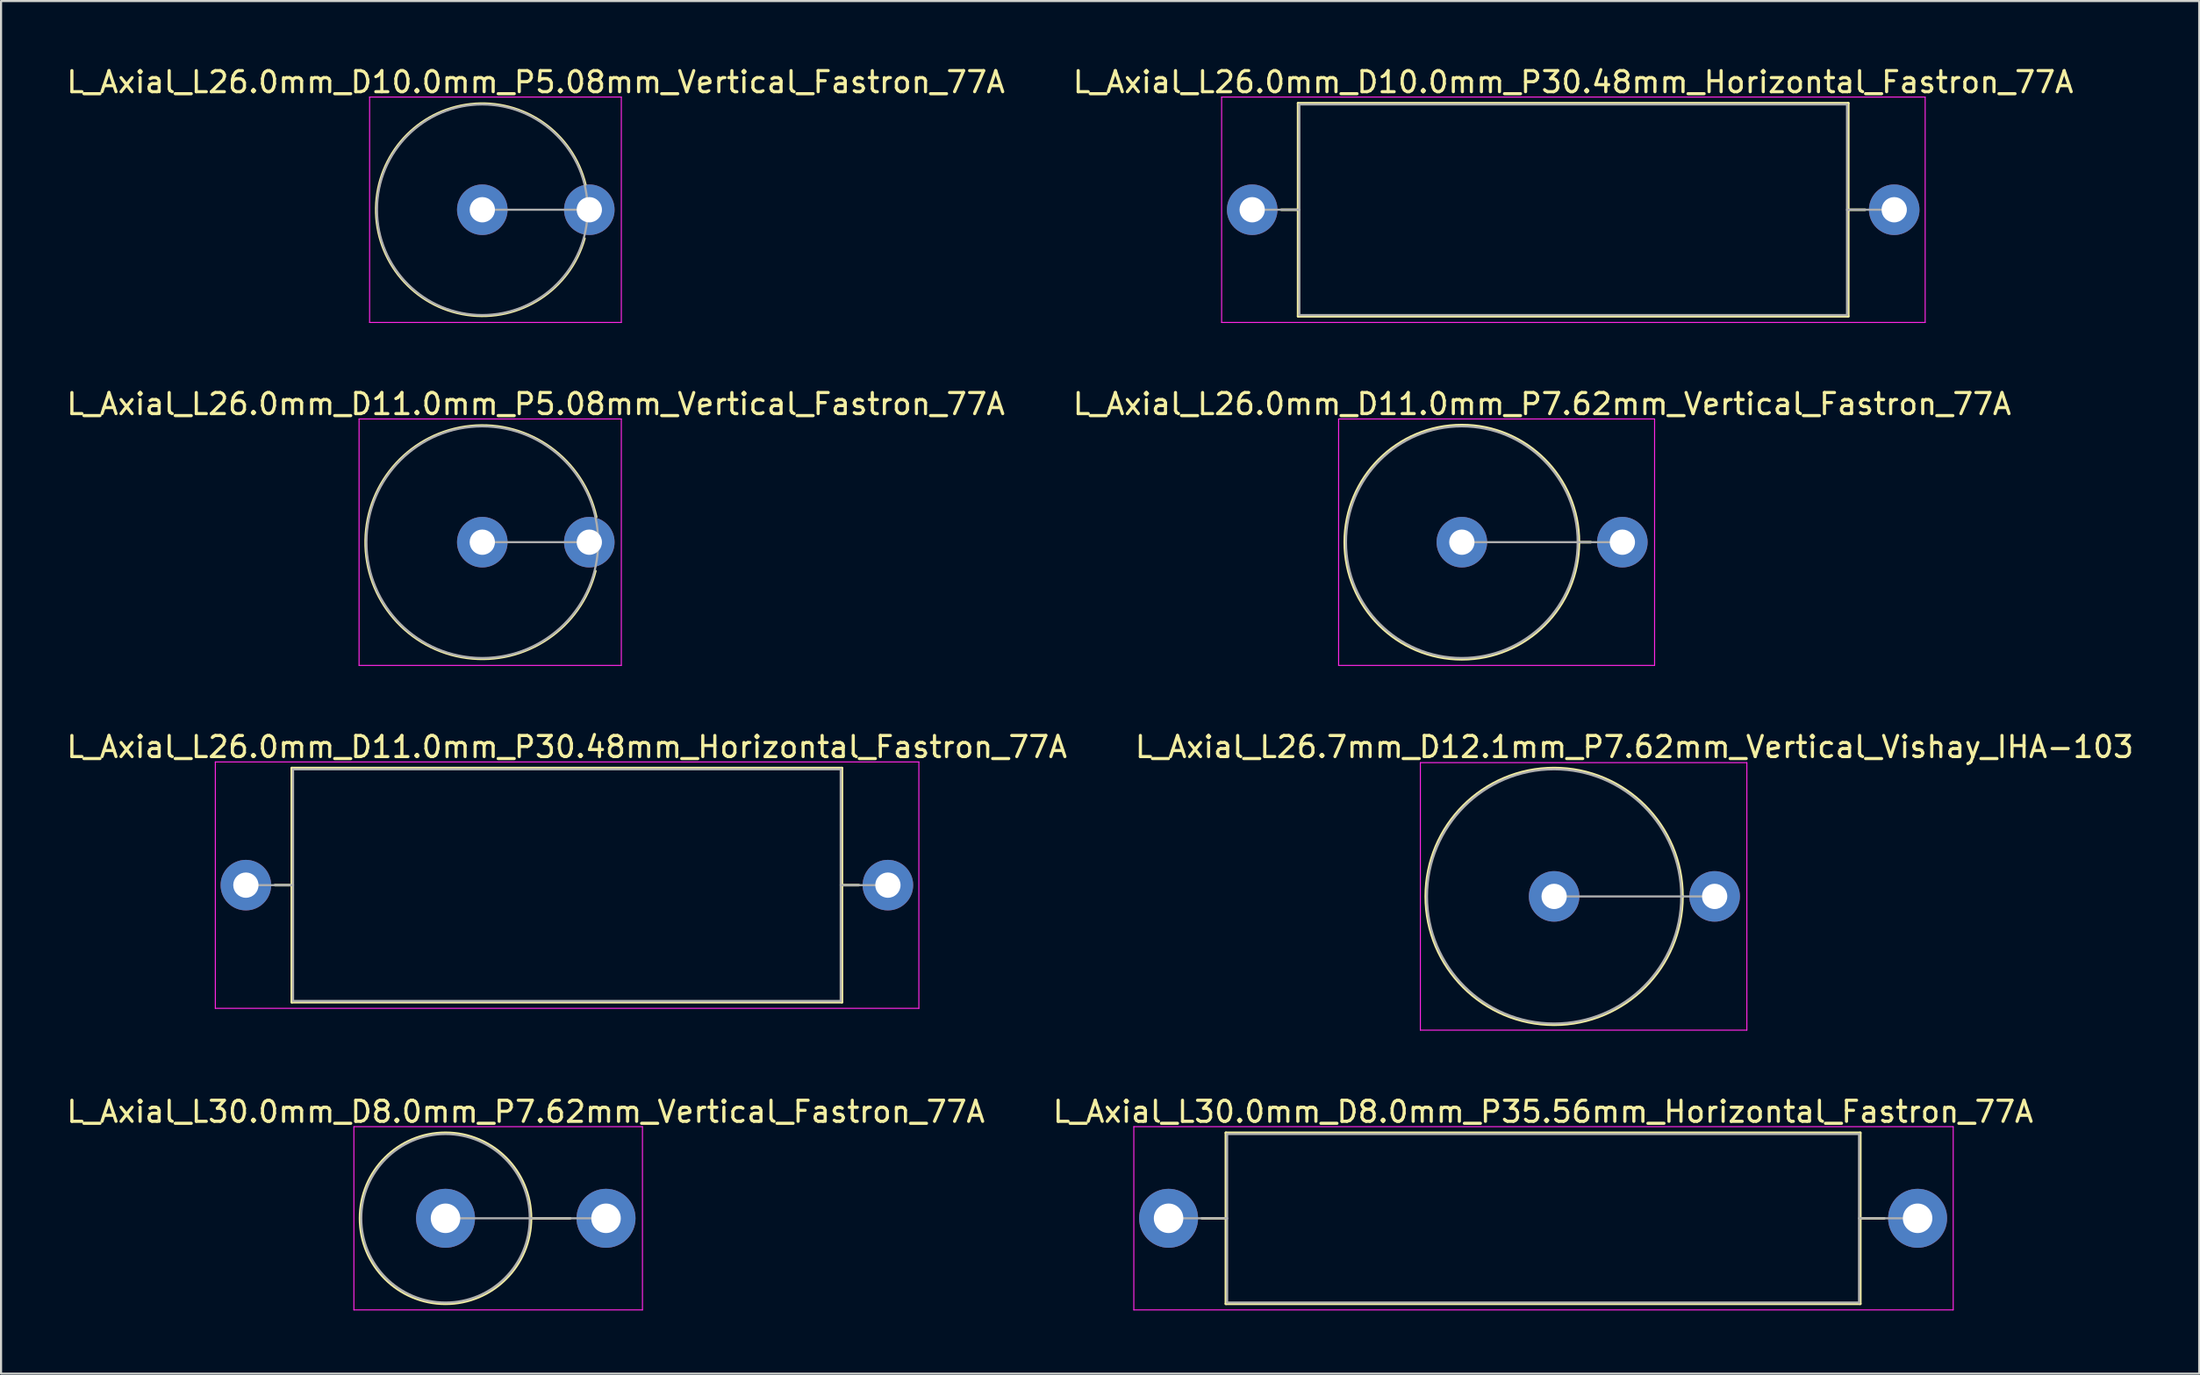
<source format=kicad_pcb>
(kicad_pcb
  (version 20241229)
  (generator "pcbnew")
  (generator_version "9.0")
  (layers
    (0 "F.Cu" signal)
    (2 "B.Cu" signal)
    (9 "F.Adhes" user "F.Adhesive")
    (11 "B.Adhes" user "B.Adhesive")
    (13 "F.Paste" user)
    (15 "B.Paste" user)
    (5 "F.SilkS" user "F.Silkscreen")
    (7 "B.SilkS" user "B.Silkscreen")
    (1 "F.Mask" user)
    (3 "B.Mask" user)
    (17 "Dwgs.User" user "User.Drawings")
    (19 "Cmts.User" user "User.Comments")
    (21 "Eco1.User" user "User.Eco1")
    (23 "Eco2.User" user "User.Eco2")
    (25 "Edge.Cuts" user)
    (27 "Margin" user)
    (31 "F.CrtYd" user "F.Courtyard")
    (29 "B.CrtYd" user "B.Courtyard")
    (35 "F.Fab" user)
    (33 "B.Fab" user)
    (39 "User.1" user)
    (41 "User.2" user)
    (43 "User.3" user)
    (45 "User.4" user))
  (footprint "L_Axial_L26.0mm_D11.0mm_P7.62mm_Vertical_Fastron_77A"
    (layer "F.Cu")
    (at 66.351 22.692)
    (property "Reference" "L_Axial_L26.0mm_D11.0mm_P7.62mm_Vertical_Fastron_77A" (at 3.81 -6.56 0) (layer "F.SilkS") (effects (font (size 1 1) (thickness 0.15))))
    (attr through_hole)
    (fp_line (start 5.56 0) (end 6.12 0) (stroke (width 0.12) (type solid)) (layer "F.SilkS"))
    (fp_circle (center 0 0) (end 5.56 0) (stroke (width 0.12) (type solid)) (fill no) (layer "F.SilkS"))
    (fp_line (start -5.85 -5.85) (end -5.85 5.85) (stroke (width 0.05) (type solid)) (layer "F.CrtYd"))
    (fp_line (start -5.85 5.85) (end 9.15 5.85) (stroke (width 0.05) (type solid)) (layer "F.CrtYd"))
    (fp_line (start 9.15 -5.85) (end -5.85 -5.85) (stroke (width 0.05) (type solid)) (layer "F.CrtYd"))
    (fp_line (start 9.15 5.85) (end 9.15 -5.85) (stroke (width 0.05) (type solid)) (layer "F.CrtYd"))
    (fp_line (start 0 0) (end 7.62 0) (stroke (width 0.1) (type solid)) (layer "F.Fab"))
    (fp_circle (center 0 0) (end 5.5 0) (stroke (width 0.1) (type solid)) (fill no) (layer "F.Fab"))
    (pad "1" thru_hole circle (at 0 0) (size 2.4 2.4) (drill 1.2) (layers "*.Cu" "*.Mask"))
    (pad "2" thru_hole oval (at 7.62 0) (size 2.4 2.4) (drill 1.2) (layers "*.Cu" "*.Mask")))
  (footprint "L_Axial_L26.0mm_D11.0mm_P5.08mm_Vertical_Fastron_77A"
    (layer "F.Cu")
    (at 19.847 22.692)
    (property "Reference" "L_Axial_L26.0mm_D11.0mm_P5.08mm_Vertical_Fastron_77A" (at 2.54 -6.56 0) (layer "F.SilkS") (effects (font (size 1 1) (thickness 0.15))))
    (attr through_hole)
    (fp_arc (start 5.368408 1.367369) (mid -5.539143 -0.086027) (end 5.408281 -1.2) (stroke (width 0.12) (type solid)) (layer "F.SilkS"))
    (fp_line (start -5.85 -5.85) (end -5.85 5.85) (stroke (width 0.05) (type solid)) (layer "F.CrtYd"))
    (fp_line (start -5.85 5.85) (end 6.6 5.85) (stroke (width 0.05) (type solid)) (layer "F.CrtYd"))
    (fp_line (start 6.6 -5.85) (end -5.85 -5.85) (stroke (width 0.05) (type solid)) (layer "F.CrtYd"))
    (fp_line (start 6.6 5.85) (end 6.6 -5.85) (stroke (width 0.05) (type solid)) (layer "F.CrtYd"))
    (fp_line (start 0 0) (end 5.08 0) (stroke (width 0.1) (type solid)) (layer "F.Fab"))
    (fp_circle (center 0 0) (end 5.5 0) (stroke (width 0.1) (type solid)) (fill no) (layer "F.Fab"))
    (pad "1" thru_hole circle (at 0 0) (size 2.4 2.4) (drill 1.2) (layers "*.Cu" "*.Mask"))
    (pad "2" thru_hole oval (at 5.08 0) (size 2.4 2.4) (drill 1.2) (layers "*.Cu" "*.Mask")))
  (footprint "L_Axial_L30.0mm_D8.0mm_P35.56mm_Horizontal_Fastron_77A"
    (layer "F.Cu")
    (at 52.428 54.793)
    (property "Reference" "L_Axial_L30.0mm_D8.0mm_P35.56mm_Horizontal_Fastron_77A" (at 17.78 -5.06 0) (layer "F.SilkS") (effects (font (size 1 1) (thickness 0.15))))
    (attr through_hole)
    (fp_line (start 1.58 0) (end 2.72 0) (stroke (width 0.12) (type solid)) (layer "F.SilkS"))
    (fp_line (start 2.72 -4.06) (end 2.72 4.06) (stroke (width 0.12) (type solid)) (layer "F.SilkS"))
    (fp_line (start 2.72 4.06) (end 32.84 4.06) (stroke (width 0.12) (type solid)) (layer "F.SilkS"))
    (fp_line (start 32.84 -4.06) (end 2.72 -4.06) (stroke (width 0.12) (type solid)) (layer "F.SilkS"))
    (fp_line (start 32.84 4.06) (end 32.84 -4.06) (stroke (width 0.12) (type solid)) (layer "F.SilkS"))
    (fp_line (start 33.98 0) (end 32.84 0) (stroke (width 0.12) (type solid)) (layer "F.SilkS"))
    (fp_line (start -1.65 -4.35) (end -1.65 4.35) (stroke (width 0.05) (type solid)) (layer "F.CrtYd"))
    (fp_line (start -1.65 4.35) (end 37.25 4.35) (stroke (width 0.05) (type solid)) (layer "F.CrtYd"))
    (fp_line (start 37.25 -4.35) (end -1.65 -4.35) (stroke (width 0.05) (type solid)) (layer "F.CrtYd"))
    (fp_line (start 37.25 4.35) (end 37.25 -4.35) (stroke (width 0.05) (type solid)) (layer "F.CrtYd"))
    (fp_line (start 0 0) (end 2.78 0) (stroke (width 0.1) (type solid)) (layer "F.Fab"))
    (fp_line (start 2.78 -4) (end 2.78 4) (stroke (width 0.1) (type solid)) (layer "F.Fab"))
    (fp_line (start 2.78 4) (end 32.78 4) (stroke (width 0.1) (type solid)) (layer "F.Fab"))
    (fp_line (start 32.78 -4) (end 2.78 -4) (stroke (width 0.1) (type solid)) (layer "F.Fab"))
    (fp_line (start 32.78 4) (end 32.78 -4) (stroke (width 0.1) (type solid)) (layer "F.Fab"))
    (fp_line (start 35.56 0) (end 32.78 0) (stroke (width 0.1) (type solid)) (layer "F.Fab"))
    (pad "1" thru_hole circle (at 0 0) (size 2.8 2.8) (drill 1.4) (layers "*.Cu" "*.Mask"))
    (pad "2" thru_hole oval (at 35.56 0) (size 2.8 2.8) (drill 1.4) (layers "*.Cu" "*.Mask")))
  (footprint "L_Axial_L26.7mm_D12.1mm_P7.62mm_Vertical_Vishay_IHA-103"
    (layer "F.Cu")
    (at 70.732 39.51)
    (property "Reference" "L_Axial_L26.7mm_D12.1mm_P7.62mm_Vertical_Vishay_IHA-103" (at 3.81 -7.095 0) (layer "F.SilkS") (effects (font (size 1 1) (thickness 0.15))))
    (attr through_hole)
    (fp_line (start 6.095 0) (end 6.12 0) (stroke (width 0.12) (type solid)) (layer "F.SilkS"))
    (fp_circle (center 0 0) (end 6.095 0) (stroke (width 0.12) (type solid)) (fill no) (layer "F.SilkS"))
    (fp_line (start -6.35 -6.35) (end -6.35 6.35) (stroke (width 0.05) (type solid)) (layer "F.CrtYd"))
    (fp_line (start -6.35 6.35) (end 9.15 6.35) (stroke (width 0.05) (type solid)) (layer "F.CrtYd"))
    (fp_line (start 9.15 -6.35) (end -6.35 -6.35) (stroke (width 0.05) (type solid)) (layer "F.CrtYd"))
    (fp_line (start 9.15 6.35) (end 9.15 -6.35) (stroke (width 0.05) (type solid)) (layer "F.CrtYd"))
    (fp_line (start 0 0) (end 7.62 0) (stroke (width 0.1) (type solid)) (layer "F.Fab"))
    (fp_circle (center 0 0) (end 6.035 0) (stroke (width 0.1) (type solid)) (fill no) (layer "F.Fab"))
    (pad "1" thru_hole circle (at 0 0) (size 2.4 2.4) (drill 1.2) (layers "*.Cu" "*.Mask"))
    (pad "2" thru_hole oval (at 7.62 0) (size 2.4 2.4) (drill 1.2) (layers "*.Cu" "*.Mask")))
  (footprint "L_Axial_L30.0mm_D8.0mm_P7.62mm_Vertical_Fastron_77A"
    (layer "F.Cu")
    (at 18.101 54.793)
    (property "Reference" "L_Axial_L30.0mm_D8.0mm_P7.62mm_Vertical_Fastron_77A" (at 3.81 -5.06 0) (layer "F.SilkS") (effects (font (size 1 1) (thickness 0.15))))
    (attr through_hole)
    (fp_line (start 4.06 0) (end 5.92 0) (stroke (width 0.12) (type solid)) (layer "F.SilkS"))
    (fp_circle (center 0 0) (end 4.06 0) (stroke (width 0.12) (type solid)) (fill no) (layer "F.SilkS"))
    (fp_line (start -4.35 -4.35) (end -4.35 4.35) (stroke (width 0.05) (type solid)) (layer "F.CrtYd"))
    (fp_line (start -4.35 4.35) (end 9.35 4.35) (stroke (width 0.05) (type solid)) (layer "F.CrtYd"))
    (fp_line (start 9.35 -4.35) (end -4.35 -4.35) (stroke (width 0.05) (type solid)) (layer "F.CrtYd"))
    (fp_line (start 9.35 4.35) (end 9.35 -4.35) (stroke (width 0.05) (type solid)) (layer "F.CrtYd"))
    (fp_line (start 0 0) (end 7.62 0) (stroke (width 0.1) (type solid)) (layer "F.Fab"))
    (fp_circle (center 0 0) (end 4 0) (stroke (width 0.1) (type solid)) (fill no) (layer "F.Fab"))
    (pad "1" thru_hole circle (at 0 0) (size 2.8 2.8) (drill 1.4) (layers "*.Cu" "*.Mask"))
    (pad "2" thru_hole oval (at 7.62 0) (size 2.8 2.8) (drill 1.4) (layers "*.Cu" "*.Mask")))
  (footprint "L_Axial_L26.0mm_D11.0mm_P30.48mm_Horizontal_Fastron_77A"
    (layer "F.Cu")
    (at 8.623 38.975)
    (property "Reference" "L_Axial_L26.0mm_D11.0mm_P30.48mm_Horizontal_Fastron_77A" (at 15.24 -6.56 0) (layer "F.SilkS") (effects (font (size 1 1) (thickness 0.15))))
    (attr through_hole)
    (fp_line (start 1.38 0) (end 2.18 0) (stroke (width 0.12) (type solid)) (layer "F.SilkS"))
    (fp_line (start 2.18 -5.56) (end 2.18 5.56) (stroke (width 0.12) (type solid)) (layer "F.SilkS"))
    (fp_line (start 2.18 5.56) (end 28.3 5.56) (stroke (width 0.12) (type solid)) (layer "F.SilkS"))
    (fp_line (start 28.3 -5.56) (end 2.18 -5.56) (stroke (width 0.12) (type solid)) (layer "F.SilkS"))
    (fp_line (start 28.3 5.56) (end 28.3 -5.56) (stroke (width 0.12) (type solid)) (layer "F.SilkS"))
    (fp_line (start 29.1 0) (end 28.3 0) (stroke (width 0.12) (type solid)) (layer "F.SilkS"))
    (fp_line (start -1.45 -5.85) (end -1.45 5.85) (stroke (width 0.05) (type solid)) (layer "F.CrtYd"))
    (fp_line (start -1.45 5.85) (end 31.95 5.85) (stroke (width 0.05) (type solid)) (layer "F.CrtYd"))
    (fp_line (start 31.95 -5.85) (end -1.45 -5.85) (stroke (width 0.05) (type solid)) (layer "F.CrtYd"))
    (fp_line (start 31.95 5.85) (end 31.95 -5.85) (stroke (width 0.05) (type solid)) (layer "F.CrtYd"))
    (fp_line (start 0 0) (end 2.24 0) (stroke (width 0.1) (type solid)) (layer "F.Fab"))
    (fp_line (start 2.24 -5.5) (end 2.24 5.5) (stroke (width 0.1) (type solid)) (layer "F.Fab"))
    (fp_line (start 2.24 5.5) (end 28.24 5.5) (stroke (width 0.1) (type solid)) (layer "F.Fab"))
    (fp_line (start 28.24 -5.5) (end 2.24 -5.5) (stroke (width 0.1) (type solid)) (layer "F.Fab"))
    (fp_line (start 28.24 5.5) (end 28.24 -5.5) (stroke (width 0.1) (type solid)) (layer "F.Fab"))
    (fp_line (start 30.48 0) (end 28.24 0) (stroke (width 0.1) (type solid)) (layer "F.Fab"))
    (pad "1" thru_hole circle (at 0 0) (size 2.4 2.4) (drill 1.2) (layers "*.Cu" "*.Mask"))
    (pad "2" thru_hole oval (at 30.48 0) (size 2.4 2.4) (drill 1.2) (layers "*.Cu" "*.Mask")))
  (footprint "L_Axial_L26.0mm_D10.0mm_P30.48mm_Horizontal_Fastron_77A"
    (layer "F.Cu")
    (at 56.397 6.908)
    (property "Reference" "L_Axial_L26.0mm_D10.0mm_P30.48mm_Horizontal_Fastron_77A" (at 15.24 -6.06 0) (layer "F.SilkS") (effects (font (size 1 1) (thickness 0.15))))
    (attr through_hole)
    (fp_line (start 1.38 0) (end 2.18 0) (stroke (width 0.12) (type solid)) (layer "F.SilkS"))
    (fp_line (start 2.18 -5.06) (end 2.18 5.06) (stroke (width 0.12) (type solid)) (layer "F.SilkS"))
    (fp_line (start 2.18 5.06) (end 28.3 5.06) (stroke (width 0.12) (type solid)) (layer "F.SilkS"))
    (fp_line (start 28.3 -5.06) (end 2.18 -5.06) (stroke (width 0.12) (type solid)) (layer "F.SilkS"))
    (fp_line (start 28.3 5.06) (end 28.3 -5.06) (stroke (width 0.12) (type solid)) (layer "F.SilkS"))
    (fp_line (start 29.1 0) (end 28.3 0) (stroke (width 0.12) (type solid)) (layer "F.SilkS"))
    (fp_line (start -1.45 -5.35) (end -1.45 5.35) (stroke (width 0.05) (type solid)) (layer "F.CrtYd"))
    (fp_line (start -1.45 5.35) (end 31.95 5.35) (stroke (width 0.05) (type solid)) (layer "F.CrtYd"))
    (fp_line (start 31.95 -5.35) (end -1.45 -5.35) (stroke (width 0.05) (type solid)) (layer "F.CrtYd"))
    (fp_line (start 31.95 5.35) (end 31.95 -5.35) (stroke (width 0.05) (type solid)) (layer "F.CrtYd"))
    (fp_line (start 0 0) (end 2.24 0) (stroke (width 0.1) (type solid)) (layer "F.Fab"))
    (fp_line (start 2.24 -5) (end 2.24 5) (stroke (width 0.1) (type solid)) (layer "F.Fab"))
    (fp_line (start 2.24 5) (end 28.24 5) (stroke (width 0.1) (type solid)) (layer "F.Fab"))
    (fp_line (start 28.24 -5) (end 2.24 -5) (stroke (width 0.1) (type solid)) (layer "F.Fab"))
    (fp_line (start 28.24 5) (end 28.24 -5) (stroke (width 0.1) (type solid)) (layer "F.Fab"))
    (fp_line (start 30.48 0) (end 28.24 0) (stroke (width 0.1) (type solid)) (layer "F.Fab"))
    (pad "1" thru_hole circle (at 0 0) (size 2.4 2.4) (drill 1.2) (layers "*.Cu" "*.Mask"))
    (pad "2" thru_hole oval (at 30.48 0) (size 2.4 2.4) (drill 1.2) (layers "*.Cu" "*.Mask")))
  (footprint "L_Axial_L26.0mm_D10.0mm_P5.08mm_Vertical_Fastron_77A"
    (layer "F.Cu")
    (at 19.847 6.908)
    (property "Reference" "L_Axial_L26.0mm_D10.0mm_P5.08mm_Vertical_Fastron_77A" (at 2.54 -6.06 0) (layer "F.SilkS") (effects (font (size 1 1) (thickness 0.15))))
    (attr through_hole)
    (fp_arc (start 4.849385 1.364904) (mid -5.037085 -0.085262) (end 4.892801 -1.2) (stroke (width 0.12) (type solid)) (layer "F.SilkS"))
    (fp_line (start -5.35 -5.35) (end -5.35 5.35) (stroke (width 0.05) (type solid)) (layer "F.CrtYd"))
    (fp_line (start -5.35 5.35) (end 6.6 5.35) (stroke (width 0.05) (type solid)) (layer "F.CrtYd"))
    (fp_line (start 6.6 -5.35) (end -5.35 -5.35) (stroke (width 0.05) (type solid)) (layer "F.CrtYd"))
    (fp_line (start 6.6 5.35) (end 6.6 -5.35) (stroke (width 0.05) (type solid)) (layer "F.CrtYd"))
    (fp_line (start 0 0) (end 5.08 0) (stroke (width 0.1) (type solid)) (layer "F.Fab"))
    (fp_circle (center 0 0) (end 5 0) (stroke (width 0.1) (type solid)) (fill no) (layer "F.Fab"))
    (pad "1" thru_hole circle (at 0 0) (size 2.4 2.4) (drill 1.2) (layers "*.Cu" "*.Mask"))
    (pad "2" thru_hole oval (at 5.08 0) (size 2.4 2.4) (drill 1.2) (layers "*.Cu" "*.Mask")))
  (gr_rect
    (start -3 -3)
    (end 101.357 62.168)
    (stroke (width 0.1) (type default))
    (fill no)
    (layer "Edge.Cuts")))
</source>
